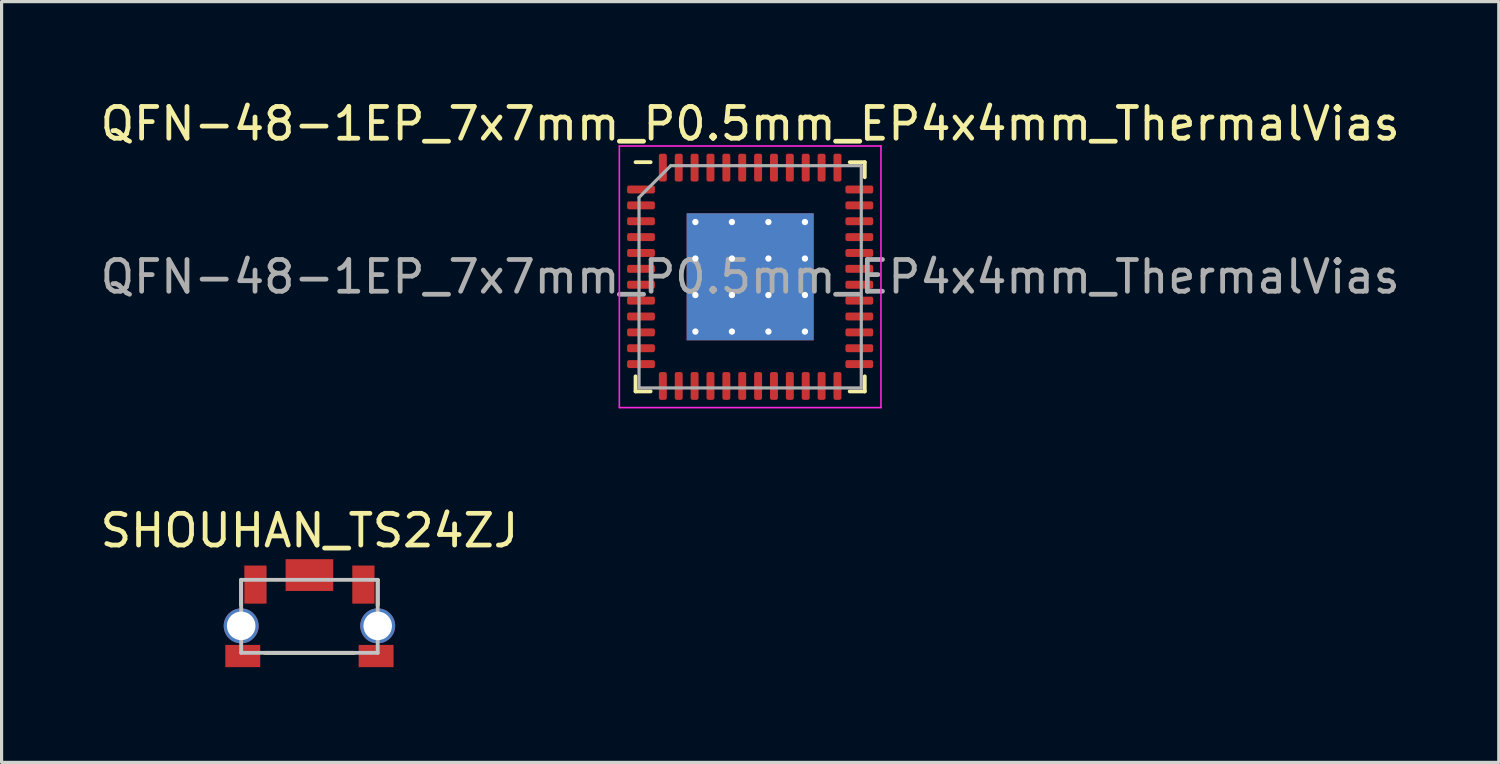
<source format=kicad_pcb>
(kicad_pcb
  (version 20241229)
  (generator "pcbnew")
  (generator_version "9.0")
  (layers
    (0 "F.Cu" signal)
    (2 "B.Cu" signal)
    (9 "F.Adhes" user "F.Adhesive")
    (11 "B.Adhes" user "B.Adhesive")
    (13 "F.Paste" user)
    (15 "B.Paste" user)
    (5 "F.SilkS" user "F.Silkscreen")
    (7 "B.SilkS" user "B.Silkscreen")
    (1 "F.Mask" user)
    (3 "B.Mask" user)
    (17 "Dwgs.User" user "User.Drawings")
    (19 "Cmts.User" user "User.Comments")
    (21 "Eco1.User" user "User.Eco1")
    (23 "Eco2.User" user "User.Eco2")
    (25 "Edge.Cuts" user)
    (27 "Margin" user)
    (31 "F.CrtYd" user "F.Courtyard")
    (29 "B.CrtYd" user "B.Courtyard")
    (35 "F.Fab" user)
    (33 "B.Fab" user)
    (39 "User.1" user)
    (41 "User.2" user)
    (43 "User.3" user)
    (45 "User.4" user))
  (footprint "SHOUHAN_TS24ZJ"
    (layer "F.Cu")
    (at 6.696 16.662)
    (property "Reference" "SHOUHAN_TS24ZJ" (at 0 -3 0) (layer "F.SilkS") (effects (font (size 1 1) (thickness 0.15))))
    (attr through_hole)
    (fp_line (start -2.15 -0.65) (end -2.15 -1.45) (stroke (width 0.12) (type solid)) (layer "F.SilkS"))
    (fp_line (start -1.4 0.85) (end 1.4 0.85) (stroke (width 0.12) (type solid)) (layer "F.SilkS"))
    (fp_line (start 2.15 -0.65) (end 2.15 -1.45) (stroke (width 0.12) (type solid)) (layer "F.SilkS"))
    (fp_line (start -2.15 -1.45) (end -2.15 0.85) (stroke (width 0.12) (type solid)) (layer "Dwgs.User"))
    (fp_line (start -2.15 0.85) (end 2.15 0.85) (stroke (width 0.12) (type solid)) (layer "Dwgs.User"))
    (fp_line (start 2.15 -1.45) (end -2.15 -1.45) (stroke (width 0.12) (type solid)) (layer "Dwgs.User"))
    (fp_line (start 2.15 0.85) (end 2.15 -1.45) (stroke (width 0.12) (type solid)) (layer "Dwgs.User"))
    (pad "" thru_hole circle (at -2.15 0) (size 1.1 1.1) (drill 0.9) (layers "*.Cu" "*.Mask"))
    (pad "" smd rect (at -2.1 0.95) (size 1.1 0.7) (layers "F.Cu" "F.Mask" "F.Paste"))
    (pad "" smd rect (at 0 -1.6) (size 1.5 1) (layers "F.Cu" "F.Mask" "F.Paste"))
    (pad "" smd rect (at 2.1 0.95) (size 1.1 0.7) (layers "F.Cu" "F.Mask" "F.Paste"))
    (pad "" thru_hole circle (at 2.15 0) (size 1.1 1.1) (drill 0.9) (layers "*.Cu" "*.Mask"))
    (pad "1" smd rect (at -1.7 -1.3) (size 0.7 1.2) (layers "F.Cu" "F.Mask" "F.Paste"))
    (pad "2" smd rect (at 1.7 -1.3) (size 0.7 1.2) (layers "F.Cu" "F.Mask" "F.Paste")))
  (footprint "QFN-48-1EP_7x7mm_P0.5mm_EP4x4mm_ThermalVias"
    (layer "F.Cu")
    (at 20.577 5.668)
    (property "Reference" "QFN-48-1EP_7x7mm_P0.5mm_EP4x4mm_ThermalVias" (at 0 -4.82 0) (layer "F.SilkS") (effects (font (size 1 1) (thickness 0.15))))
    (attr smd)
    (fp_line (start -3.61 3.61) (end -3.61 3.135) (stroke (width 0.12) (type solid)) (layer "F.SilkS"))
    (fp_line (start -3.135 -3.61) (end -3.61 -3.61) (stroke (width 0.12) (type solid)) (layer "F.SilkS"))
    (fp_line (start -3.135 3.61) (end -3.61 3.61) (stroke (width 0.12) (type solid)) (layer "F.SilkS"))
    (fp_line (start 3.135 -3.61) (end 3.61 -3.61) (stroke (width 0.12) (type solid)) (layer "F.SilkS"))
    (fp_line (start 3.135 3.61) (end 3.61 3.61) (stroke (width 0.12) (type solid)) (layer "F.SilkS"))
    (fp_line (start 3.61 -3.61) (end 3.61 -3.135) (stroke (width 0.12) (type solid)) (layer "F.SilkS"))
    (fp_line (start 3.61 3.61) (end 3.61 3.135) (stroke (width 0.12) (type solid)) (layer "F.SilkS"))
    (fp_line (start -4.12 -4.12) (end -4.12 4.12) (stroke (width 0.05) (type solid)) (layer "F.CrtYd"))
    (fp_line (start -4.12 4.12) (end 4.12 4.12) (stroke (width 0.05) (type solid)) (layer "F.CrtYd"))
    (fp_line (start 4.12 -4.12) (end -4.12 -4.12) (stroke (width 0.05) (type solid)) (layer "F.CrtYd"))
    (fp_line (start 4.12 4.12) (end 4.12 -4.12) (stroke (width 0.05) (type solid)) (layer "F.CrtYd"))
    (fp_line (start -3.5 -2.5) (end -2.5 -3.5) (stroke (width 0.1) (type solid)) (layer "F.Fab"))
    (fp_line (start -3.5 3.5) (end -3.5 -2.5) (stroke (width 0.1) (type solid)) (layer "F.Fab"))
    (fp_line (start -2.5 -3.5) (end 3.5 -3.5) (stroke (width 0.1) (type solid)) (layer "F.Fab"))
    (fp_line (start 3.5 -3.5) (end 3.5 3.5) (stroke (width 0.1) (type solid)) (layer "F.Fab"))
    (fp_line (start 3.5 3.5) (end -3.5 3.5) (stroke (width 0.1) (type solid)) (layer "F.Fab"))
    (fp_text user "${REFERENCE}" (at 0 0 0) (layer "F.Fab") (effects (font (size 1 1) (thickness 0.15))))
    (pad "" smd roundrect (at -1.15 -1.15) (size 0.997 0.997) (layers "F.Paste") (roundrect_rratio 0.25))
    (pad "" smd roundrect (at -1.15 0) (size 0.997 0.997) (layers "F.Paste") (roundrect_rratio 0.25))
    (pad "" smd roundrect (at -1.15 1.15) (size 0.997 0.997) (layers "F.Paste") (roundrect_rratio 0.25))
    (pad "" smd roundrect (at 0 -1.15) (size 0.997 0.997) (layers "F.Paste") (roundrect_rratio 0.25))
    (pad "" smd roundrect (at 0 0) (size 0.997 0.997) (layers "F.Paste") (roundrect_rratio 0.25))
    (pad "" smd roundrect (at 0 1.15) (size 0.997 0.997) (layers "F.Paste") (roundrect_rratio 0.25))
    (pad "" smd roundrect (at 1.15 -1.15) (size 0.997 0.997) (layers "F.Paste") (roundrect_rratio 0.25))
    (pad "" smd roundrect (at 1.15 0) (size 0.997 0.997) (layers "F.Paste") (roundrect_rratio 0.25))
    (pad "" smd roundrect (at 1.15 1.15) (size 0.997 0.997) (layers "F.Paste") (roundrect_rratio 0.25))
    (pad "1" smd roundrect (at -3.438 -2.75) (size 0.875 0.25) (layers "F.Cu" "F.Mask" "F.Paste") (roundrect_rratio 0.25))
    (pad "2" smd roundrect (at -3.438 -2.25) (size 0.875 0.25) (layers "F.Cu" "F.Mask" "F.Paste") (roundrect_rratio 0.25))
    (pad "3" smd roundrect (at -3.438 -1.75) (size 0.875 0.25) (layers "F.Cu" "F.Mask" "F.Paste") (roundrect_rratio 0.25))
    (pad "4" smd roundrect (at -3.438 -1.25) (size 0.875 0.25) (layers "F.Cu" "F.Mask" "F.Paste") (roundrect_rratio 0.25))
    (pad "5" smd roundrect (at -3.438 -0.75) (size 0.875 0.25) (layers "F.Cu" "F.Mask" "F.Paste") (roundrect_rratio 0.25))
    (pad "6" smd roundrect (at -3.438 -0.25) (size 0.875 0.25) (layers "F.Cu" "F.Mask" "F.Paste") (roundrect_rratio 0.25))
    (pad "7" smd roundrect (at -3.438 0.25) (size 0.875 0.25) (layers "F.Cu" "F.Mask" "F.Paste") (roundrect_rratio 0.25))
    (pad "8" smd roundrect (at -3.438 0.75) (size 0.875 0.25) (layers "F.Cu" "F.Mask" "F.Paste") (roundrect_rratio 0.25))
    (pad "9" smd roundrect (at -3.438 1.25) (size 0.875 0.25) (layers "F.Cu" "F.Mask" "F.Paste") (roundrect_rratio 0.25))
    (pad "10" smd roundrect (at -3.438 1.75) (size 0.875 0.25) (layers "F.Cu" "F.Mask" "F.Paste") (roundrect_rratio 0.25))
    (pad "11" smd roundrect (at -3.438 2.25) (size 0.875 0.25) (layers "F.Cu" "F.Mask" "F.Paste") (roundrect_rratio 0.25))
    (pad "12" smd roundrect (at -3.438 2.75) (size 0.875 0.25) (layers "F.Cu" "F.Mask" "F.Paste") (roundrect_rratio 0.25))
    (pad "13" smd roundrect (at -2.75 3.438) (size 0.25 0.875) (layers "F.Cu" "F.Mask" "F.Paste") (roundrect_rratio 0.25))
    (pad "14" smd roundrect (at -2.25 3.438) (size 0.25 0.875) (layers "F.Cu" "F.Mask" "F.Paste") (roundrect_rratio 0.25))
    (pad "15" smd roundrect (at -1.75 3.438) (size 0.25 0.875) (layers "F.Cu" "F.Mask" "F.Paste") (roundrect_rratio 0.25))
    (pad "16" smd roundrect (at -1.25 3.438) (size 0.25 0.875) (layers "F.Cu" "F.Mask" "F.Paste") (roundrect_rratio 0.25))
    (pad "17" smd roundrect (at -0.75 3.438) (size 0.25 0.875) (layers "F.Cu" "F.Mask" "F.Paste") (roundrect_rratio 0.25))
    (pad "18" smd roundrect (at -0.25 3.438) (size 0.25 0.875) (layers "F.Cu" "F.Mask" "F.Paste") (roundrect_rratio 0.25))
    (pad "19" smd roundrect (at 0.25 3.438) (size 0.25 0.875) (layers "F.Cu" "F.Mask" "F.Paste") (roundrect_rratio 0.25))
    (pad "20" smd roundrect (at 0.75 3.438) (size 0.25 0.875) (layers "F.Cu" "F.Mask" "F.Paste") (roundrect_rratio 0.25))
    (pad "21" smd roundrect (at 1.25 3.438) (size 0.25 0.875) (layers "F.Cu" "F.Mask" "F.Paste") (roundrect_rratio 0.25))
    (pad "22" smd roundrect (at 1.75 3.438) (size 0.25 0.875) (layers "F.Cu" "F.Mask" "F.Paste") (roundrect_rratio 0.25))
    (pad "23" smd roundrect (at 2.25 3.438) (size 0.25 0.875) (layers "F.Cu" "F.Mask" "F.Paste") (roundrect_rratio 0.25))
    (pad "24" smd roundrect (at 2.75 3.438) (size 0.25 0.875) (layers "F.Cu" "F.Mask" "F.Paste") (roundrect_rratio 0.25))
    (pad "25" smd roundrect (at 3.438 2.75) (size 0.875 0.25) (layers "F.Cu" "F.Mask" "F.Paste") (roundrect_rratio 0.25))
    (pad "26" smd roundrect (at 3.438 2.25) (size 0.875 0.25) (layers "F.Cu" "F.Mask" "F.Paste") (roundrect_rratio 0.25))
    (pad "27" smd roundrect (at 3.438 1.75) (size 0.875 0.25) (layers "F.Cu" "F.Mask" "F.Paste") (roundrect_rratio 0.25))
    (pad "28" smd roundrect (at 3.438 1.25) (size 0.875 0.25) (layers "F.Cu" "F.Mask" "F.Paste") (roundrect_rratio 0.25))
    (pad "29" smd roundrect (at 3.438 0.75) (size 0.875 0.25) (layers "F.Cu" "F.Mask" "F.Paste") (roundrect_rratio 0.25))
    (pad "30" smd roundrect (at 3.438 0.25) (size 0.875 0.25) (layers "F.Cu" "F.Mask" "F.Paste") (roundrect_rratio 0.25))
    (pad "31" smd roundrect (at 3.438 -0.25) (size 0.875 0.25) (layers "F.Cu" "F.Mask" "F.Paste") (roundrect_rratio 0.25))
    (pad "32" smd roundrect (at 3.438 -0.75) (size 0.875 0.25) (layers "F.Cu" "F.Mask" "F.Paste") (roundrect_rratio 0.25))
    (pad "33" smd roundrect (at 3.438 -1.25) (size 0.875 0.25) (layers "F.Cu" "F.Mask" "F.Paste") (roundrect_rratio 0.25))
    (pad "34" smd roundrect (at 3.438 -1.75) (size 0.875 0.25) (layers "F.Cu" "F.Mask" "F.Paste") (roundrect_rratio 0.25))
    (pad "35" smd roundrect (at 3.438 -2.25) (size 0.875 0.25) (layers "F.Cu" "F.Mask" "F.Paste") (roundrect_rratio 0.25))
    (pad "36" smd roundrect (at 3.438 -2.75) (size 0.875 0.25) (layers "F.Cu" "F.Mask" "F.Paste") (roundrect_rratio 0.25))
    (pad "37" smd roundrect (at 2.75 -3.438) (size 0.25 0.875) (layers "F.Cu" "F.Mask" "F.Paste") (roundrect_rratio 0.25))
    (pad "38" smd roundrect (at 2.25 -3.438) (size 0.25 0.875) (layers "F.Cu" "F.Mask" "F.Paste") (roundrect_rratio 0.25))
    (pad "39" smd roundrect (at 1.75 -3.438) (size 0.25 0.875) (layers "F.Cu" "F.Mask" "F.Paste") (roundrect_rratio 0.25))
    (pad "40" smd roundrect (at 1.25 -3.438) (size 0.25 0.875) (layers "F.Cu" "F.Mask" "F.Paste") (roundrect_rratio 0.25))
    (pad "41" smd roundrect (at 0.75 -3.438) (size 0.25 0.875) (layers "F.Cu" "F.Mask" "F.Paste") (roundrect_rratio 0.25))
    (pad "42" smd roundrect (at 0.25 -3.438) (size 0.25 0.875) (layers "F.Cu" "F.Mask" "F.Paste") (roundrect_rratio 0.25))
    (pad "43" smd roundrect (at -0.25 -3.438) (size 0.25 0.875) (layers "F.Cu" "F.Mask" "F.Paste") (roundrect_rratio 0.25))
    (pad "44" smd roundrect (at -0.75 -3.438) (size 0.25 0.875) (layers "F.Cu" "F.Mask" "F.Paste") (roundrect_rratio 0.25))
    (pad "45" smd roundrect (at -1.25 -3.438) (size 0.25 0.875) (layers "F.Cu" "F.Mask" "F.Paste") (roundrect_rratio 0.25))
    (pad "46" smd roundrect (at -1.75 -3.438) (size 0.25 0.875) (layers "F.Cu" "F.Mask" "F.Paste") (roundrect_rratio 0.25))
    (pad "47" smd roundrect (at -2.25 -3.438) (size 0.25 0.875) (layers "F.Cu" "F.Mask" "F.Paste") (roundrect_rratio 0.25))
    (pad "48" smd roundrect (at -2.75 -3.438) (size 0.25 0.875) (layers "F.Cu" "F.Mask" "F.Paste") (roundrect_rratio 0.25))
    (pad "49" thru_hole circle (at -1.725 -1.725) (size 0.5 0.5) (drill 0.2) (layers "*.Cu"))
    (pad "49" thru_hole circle (at -1.725 -0.575) (size 0.5 0.5) (drill 0.2) (layers "*.Cu"))
    (pad "49" thru_hole circle (at -1.725 0.575) (size 0.5 0.5) (drill 0.2) (layers "*.Cu"))
    (pad "49" thru_hole circle (at -1.725 1.725) (size 0.5 0.5) (drill 0.2) (layers "*.Cu"))
    (pad "49" thru_hole circle (at -0.575 -1.725) (size 0.5 0.5) (drill 0.2) (layers "*.Cu"))
    (pad "49" thru_hole circle (at -0.575 -0.575) (size 0.5 0.5) (drill 0.2) (layers "*.Cu"))
    (pad "49" thru_hole circle (at -0.575 0.575) (size 0.5 0.5) (drill 0.2) (layers "*.Cu"))
    (pad "49" thru_hole circle (at -0.575 1.725) (size 0.5 0.5) (drill 0.2) (layers "*.Cu"))
    (pad "49" smd rect (at 0 0) (size 4 4) (layers "F.Cu" "F.Mask"))
    (pad "49" smd rect (at 0 0) (size 4 4) (layers "B.Cu"))
    (pad "49" thru_hole circle (at 0.575 -1.725) (size 0.5 0.5) (drill 0.2) (layers "*.Cu"))
    (pad "49" thru_hole circle (at 0.575 -0.575) (size 0.5 0.5) (drill 0.2) (layers "*.Cu"))
    (pad "49" thru_hole circle (at 0.575 0.575) (size 0.5 0.5) (drill 0.2) (layers "*.Cu"))
    (pad "49" thru_hole circle (at 0.575 1.725) (size 0.5 0.5) (drill 0.2) (layers "*.Cu"))
    (pad "49" thru_hole circle (at 1.725 -1.725) (size 0.5 0.5) (drill 0.2) (layers "*.Cu"))
    (pad "49" thru_hole circle (at 1.725 -0.575) (size 0.5 0.5) (drill 0.2) (layers "*.Cu"))
    (pad "49" thru_hole circle (at 1.725 0.575) (size 0.5 0.5) (drill 0.2) (layers "*.Cu"))
    (pad "49" thru_hole circle (at 1.725 1.725) (size 0.5 0.5) (drill 0.2) (layers "*.Cu")))
  (gr_rect
    (start -3 -3)
    (end 44.155 20.962)
    (stroke (width 0.1) (type default))
    (fill no)
    (layer "Edge.Cuts")))
</source>
